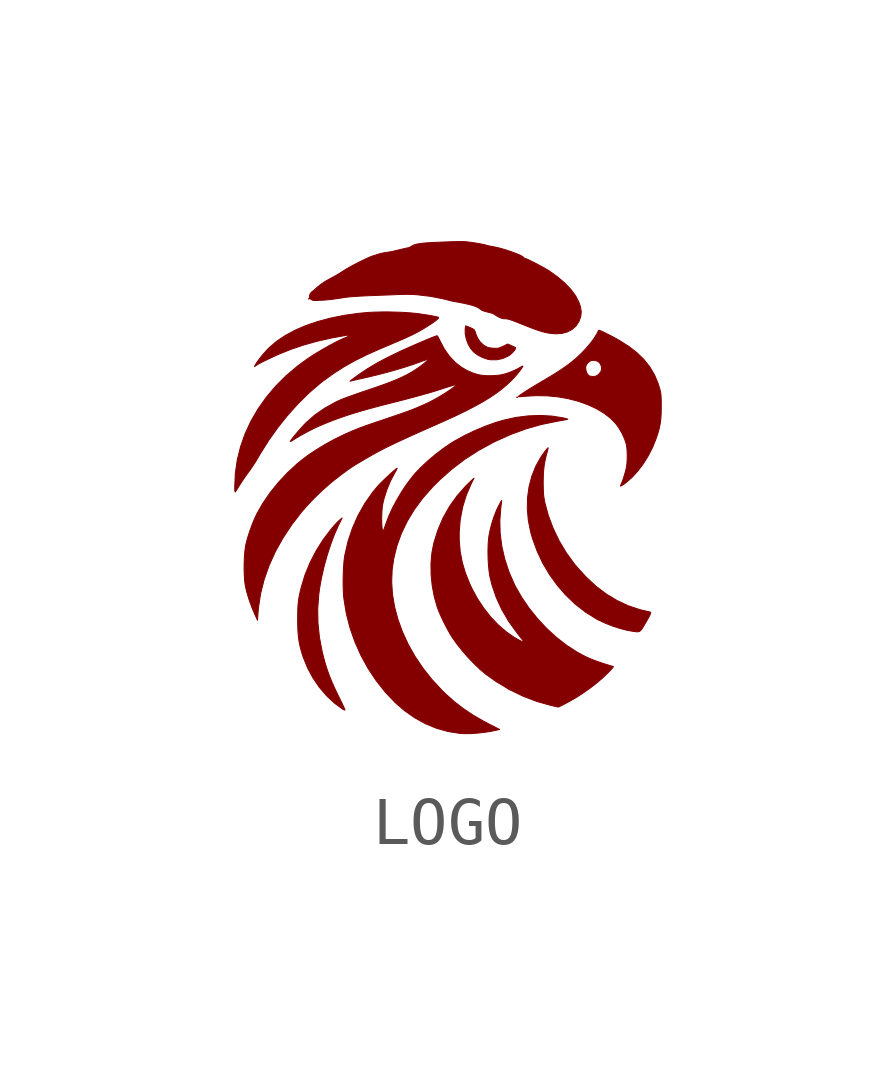
<source format=kicad_sym>
(kicad_symbol_lib
  (version 20220914)
  (generator "bitmap2component")
  (generator_version "9.0")
  (symbol "LOGO"
    (pin_names
      (offset 1.016))
    (property "Reference" "#G"
      (at 0 6.869 0)
      (effects (font (size 1.27 1.27)) hide))
    (symbol "LOGO_0_0"
      (polyline (pts (xy 0.443 -5.154) (xy 0.577 -5.145) (xy 0.716 -5.13) (xy 0.852 -5.11) (xy 0.975 -5.085) (xy 1.05 -5.067) (xy 0.814 -4.947) (xy 0.712 -4.893) (xy 0.493 -4.767) (xy 0.294 -4.633) (xy 0.105 -4.487) (xy -0.08 -4.322) (xy -0.159 -4.244) (xy -0.364 -4.022) (xy -0.549 -3.788) (xy -0.713 -3.544) (xy -0.855 -3.293) (xy -0.973 -3.036) (xy -1.068 -2.775) (xy -1.138 -2.513) (xy -1.182 -2.252) (xy -1.199 -1.994) (xy -1.189 -1.74) (xy -1.156 -1.51) (xy -1.091 -1.244) (xy -0.997 -0.984) (xy -0.875 -0.73) (xy -0.726 -0.483) (xy -0.549 -0.245) (xy -0.346 -0.015) (xy -0.201 0.13) (xy 0.055 0.357) (xy 0.323 0.561) (xy 0.609 0.745) (xy 0.916 0.913) (xy 0.967 0.938) (xy 1.284 1.08) (xy 1.601 1.196) (xy 1.922 1.287) (xy 2.255 1.355) (xy 2.286 1.36) (xy 2.357 1.373) (xy 2.415 1.383) (xy 2.455 1.392) (xy 2.471 1.396) (xy 2.471 1.397) (xy 2.454 1.405) (xy 2.416 1.415) (xy 2.364 1.427) (xy 2.142 1.462) (xy 1.897 1.476) (xy 1.644 1.466) (xy 1.389 1.434) (xy 1.135 1.378) (xy 0.96 1.326) (xy 0.741 1.247) (xy 0.519 1.153) (xy 0.303 1.049) (xy 0.103 0.938) (xy 0.031 0.894) (xy -0.128 0.785) (xy -0.289 0.661) (xy -0.446 0.529) (xy -0.59 0.394) (xy -0.714 0.264) (xy -0.761 0.207) (xy -0.875 0.059) (xy -0.986 -0.106) (xy -1.09 -0.281) (xy -1.184 -0.457) (xy -1.262 -0.628) (xy -1.322 -0.789) (xy -1.339 -0.838) (xy -1.357 -0.889) (xy -1.372 -0.925) (xy -1.379 -0.938) (xy -1.38 -0.938) (xy -1.39 -0.922) (xy -1.397 -0.882) (xy -1.403 -0.825) (xy -1.406 -0.753) (xy -1.407 -0.673) (xy -1.405 -0.591) (xy -1.401 -0.51) (xy -1.395 -0.437) (xy -1.386 -0.376) (xy -1.359 -0.26) (xy -1.3 -0.074) (xy -1.224 0.11) (xy -1.134 0.28) (xy -1.11 0.322) (xy -1.092 0.356) (xy -1.085 0.373) (xy -1.086 0.374) (xy -1.102 0.365) (xy -1.133 0.341) (xy -1.177 0.303) (xy -1.23 0.256) (xy -1.287 0.203) (xy -1.345 0.148) (xy -1.401 0.094) (xy -1.45 0.044) (xy -1.489 0.002) (xy -1.591 -0.12) (xy -1.757 -0.355) (xy -1.899 -0.607) (xy -2.017 -0.873) (xy -2.11 -1.152) (xy -2.177 -1.444) (xy -2.183 -1.482) (xy -2.194 -1.579) (xy -2.202 -1.693) (xy -2.208 -1.82) (xy -2.211 -1.95) (xy -2.21 -2.077) (xy -2.207 -2.194) (xy -2.2 -2.294) (xy -2.193 -2.355) (xy -2.144 -2.654) (xy -2.068 -2.95) (xy -1.966 -3.241) (xy -1.84 -3.524) (xy -1.691 -3.796) (xy -1.521 -4.052) (xy -1.332 -4.291) (xy -1.125 -4.508) (xy -0.934 -4.674) (xy -0.721 -4.824) (xy -0.498 -4.947) (xy -0.266 -5.043) (xy -0.024 -5.111) (xy 0.227 -5.15) (xy 0.321 -5.155) (xy 0.443 -5.154)) (stroke (width 0.01) (type default)) (fill (type outline)))
      (polyline (pts (xy -2.172 -4.661) (xy -2.172 -4.661) (xy -2.178 -4.644) (xy -2.194 -4.606) (xy -2.22 -4.55) (xy -2.254 -4.481) (xy -2.292 -4.403) (xy -2.367 -4.249) (xy -2.437 -4.095) (xy -2.495 -3.952) (xy -2.545 -3.814) (xy -2.589 -3.672) (xy -2.646 -3.453) (xy -2.704 -3.149) (xy -2.735 -2.851) (xy -2.74 -2.554) (xy -2.718 -2.257) (xy -2.701 -2.128) (xy -2.66 -1.901) (xy -2.606 -1.666) (xy -2.541 -1.432) (xy -2.467 -1.205) (xy -2.387 -0.993) (xy -2.302 -0.803) (xy -2.232 -0.66) (xy -2.277 -0.699) (xy -2.304 -0.722) (xy -2.346 -0.764) (xy -2.388 -0.809) (xy -2.454 -0.885) (xy -2.623 -1.106) (xy -2.772 -1.344) (xy -2.901 -1.593) (xy -3.006 -1.85) (xy -3.084 -2.108) (xy -3.086 -2.115) (xy -3.11 -2.216) (xy -3.128 -2.303) (xy -3.141 -2.384) (xy -3.15 -2.465) (xy -3.155 -2.554) (xy -3.157 -2.659) (xy -3.158 -2.785) (xy -3.158 -2.817) (xy -3.155 -2.957) (xy -3.148 -3.077) (xy -3.137 -3.183) (xy -3.12 -3.284) (xy -3.096 -3.385) (xy -3.064 -3.496) (xy -3.039 -3.571) (xy -2.949 -3.79) (xy -2.837 -3.997) (xy -2.705 -4.19) (xy -2.556 -4.365) (xy -2.391 -4.519) (xy -2.213 -4.649) (xy -2.213 -4.649) (xy -2.186 -4.662) (xy -2.172 -4.661)) (stroke (width 0.01) (type default)) (fill (type outline)))
      (polyline (pts (xy 2.278 -4.599) (xy 2.308 -4.585) (xy 2.354 -4.562) (xy 2.411 -4.533) (xy 2.472 -4.5) (xy 2.532 -4.467) (xy 2.586 -4.437) (xy 2.642 -4.404) (xy 2.791 -4.308) (xy 2.938 -4.204) (xy 3.076 -4.097) (xy 3.195 -3.995) (xy 3.247 -3.946) (xy 3.307 -3.888) (xy 3.357 -3.837) (xy 3.395 -3.796) (xy 3.417 -3.768) (xy 3.42 -3.757) (xy 3.357 -3.738) (xy 3.221 -3.696) (xy 3.107 -3.658) (xy 3.009 -3.622) (xy 2.922 -3.587) (xy 2.84 -3.549) (xy 2.76 -3.508) (xy 2.675 -3.461) (xy 2.662 -3.454) (xy 2.444 -3.313) (xy 2.232 -3.147) (xy 2.028 -2.96) (xy 1.837 -2.755) (xy 1.662 -2.537) (xy 1.506 -2.308) (xy 1.373 -2.074) (xy 1.361 -2.05) (xy 1.246 -1.788) (xy 1.158 -1.52) (xy 1.096 -1.249) (xy 1.061 -0.977) (xy 1.055 -0.706) (xy 1.076 -0.44) (xy 1.081 -0.403) (xy 1.087 -0.349) (xy 1.091 -0.312) (xy 1.092 -0.297) (xy 1.09 -0.299) (xy 1.077 -0.32) (xy 1.055 -0.359) (xy 1.028 -0.41) (xy 0.987 -0.495) (xy 0.937 -0.622) (xy 0.891 -0.761) (xy 0.854 -0.901) (xy 0.828 -1.032) (xy 0.822 -1.078) (xy 0.811 -1.204) (xy 0.807 -1.346) (xy 0.809 -1.494) (xy 0.817 -1.64) (xy 0.831 -1.775) (xy 0.849 -1.89) (xy 0.894 -2.069) (xy 0.981 -2.321) (xy 1.095 -2.568) (xy 1.234 -2.807) (xy 1.396 -3.034) (xy 1.435 -3.084) (xy 1.476 -3.137) (xy 1.51 -3.18) (xy 1.53 -3.205) (xy 1.53 -3.206) (xy 1.548 -3.232) (xy 1.551 -3.246) (xy 1.537 -3.243) (xy 1.505 -3.23) (xy 1.46 -3.208) (xy 1.352 -3.147) (xy 1.181 -3.027) (xy 1.015 -2.882) (xy 0.858 -2.716) (xy 0.713 -2.531) (xy 0.582 -2.331) (xy 0.467 -2.118) (xy 0.428 -2.033) (xy 0.337 -1.806) (xy 0.271 -1.583) (xy 0.229 -1.36) (xy 0.209 -1.131) (xy 0.208 -0.959) (xy 0.23 -0.694) (xy 0.279 -0.436) (xy 0.355 -0.187) (xy 0.458 0.051) (xy 0.516 0.169) (xy 0.452 0.11) (xy 0.345 0.006) (xy 0.162 -0.202) (xy 0.003 -0.426) (xy -0.131 -0.665) (xy -0.239 -0.919) (xy -0.322 -1.187) (xy -0.36 -1.381) (xy -0.38 -1.603) (xy -0.378 -1.835) (xy -0.355 -2.07) (xy -0.311 -2.303) (xy -0.247 -2.528) (xy -0.228 -2.579) (xy -0.192 -2.664) (xy -0.148 -2.761) (xy -0.098 -2.862) (xy -0.047 -2.962) (xy 0.003 -3.051) (xy 0.046 -3.124) (xy 0.058 -3.143) (xy 0.157 -3.283) (xy 0.271 -3.427) (xy 0.396 -3.57) (xy 0.525 -3.704) (xy 0.652 -3.825) (xy 0.773 -3.925) (xy 0.985 -4.075) (xy 1.255 -4.237) (xy 1.535 -4.373) (xy 1.822 -4.483) (xy 2.113 -4.565) (xy 2.162 -4.576) (xy 2.216 -4.589) (xy 2.254 -4.598) (xy 2.27 -4.601) (xy 2.278 -4.599)) (stroke (width 0.01) (type default)) (fill (type outline)))
      (polyline (pts (xy 3.955 -3.029) (xy 3.981 -3.014) (xy 4.007 -2.985) (xy 4.037 -2.938) (xy 4.078 -2.869) (xy 4.082 -2.862) (xy 4.12 -2.797) (xy 4.153 -2.738) (xy 4.178 -2.692) (xy 4.191 -2.664) (xy 4.197 -2.643) (xy 4.195 -2.625) (xy 4.173 -2.618) (xy 3.968 -2.57) (xy 3.726 -2.488) (xy 3.496 -2.381) (xy 3.276 -2.248) (xy 3.064 -2.088) (xy 2.861 -1.901) (xy 2.664 -1.686) (xy 2.612 -1.624) (xy 2.44 -1.387) (xy 2.29 -1.136) (xy 2.164 -0.873) (xy 2.063 -0.603) (xy 1.99 -0.33) (xy 1.99 -0.328) (xy 1.978 -0.262) (xy 1.968 -0.196) (xy 1.963 -0.123) (xy 1.96 -0.036) (xy 1.958 0.073) (xy 1.958 0.091) (xy 1.961 0.23) (xy 1.969 0.351) (xy 1.983 0.463) (xy 2.005 0.575) (xy 2.036 0.696) (xy 2.038 0.702) (xy 2.051 0.752) (xy 2.059 0.787) (xy 2.061 0.802) (xy 2.06 0.802) (xy 2.048 0.791) (xy 2.023 0.762) (xy 1.991 0.722) (xy 1.906 0.601) (xy 1.8 0.41) (xy 1.72 0.206) (xy 1.663 -0.01) (xy 1.632 -0.235) (xy 1.627 -0.467) (xy 1.647 -0.703) (xy 1.694 -0.942) (xy 1.735 -1.087) (xy 1.83 -1.349) (xy 1.948 -1.601) (xy 2.089 -1.839) (xy 2.251 -2.063) (xy 2.43 -2.27) (xy 2.627 -2.457) (xy 2.838 -2.622) (xy 3.063 -2.762) (xy 3.115 -2.79) (xy 3.256 -2.855) (xy 3.406 -2.914) (xy 3.558 -2.963) (xy 3.703 -3.001) (xy 3.833 -3.024) (xy 3.878 -3.03) (xy 3.922 -3.033) (xy 3.955 -3.029)) (stroke (width 0.01) (type default)) (fill (type outline)))
      (polyline (pts (xy -3.984 -2.638) (xy -3.974 -2.525) (xy -3.929 -2.232) (xy -3.855 -1.94) (xy -3.753 -1.651) (xy -3.623 -1.363) (xy -3.465 -1.08) (xy -3.28 -0.8) (xy -3.068 -0.526) (xy -2.972 -0.416) (xy -2.809 -0.244) (xy -2.634 -0.076) (xy -2.455 0.081) (xy -2.279 0.219) (xy -2.231 0.255) (xy -2.169 0.301) (xy -2.117 0.34) (xy -2.063 0.377) (xy -1.987 0.427) (xy -1.894 0.484) (xy -1.79 0.546) (xy -1.681 0.609) (xy -1.571 0.672) (xy -1.465 0.729) (xy -1.369 0.78) (xy -1.283 0.823) (xy -1.185 0.87) (xy -1.074 0.923) (xy -0.948 0.981) (xy -0.804 1.047) (xy -0.64 1.121) (xy -0.453 1.204) (xy -0.242 1.297) (xy -0.099 1.361) (xy 0.131 1.466) (xy 0.338 1.566) (xy 0.521 1.661) (xy 0.686 1.751) (xy 0.832 1.84) (xy 0.964 1.927) (xy 1.083 2.016) (xy 1.191 2.106) (xy 1.291 2.199) (xy 1.312 2.22) (xy 1.359 2.27) (xy 1.406 2.325) (xy 1.45 2.378) (xy 1.488 2.428) (xy 1.517 2.469) (xy 1.533 2.496) (xy 1.533 2.506) (xy 1.518 2.499) (xy 1.485 2.481) (xy 1.441 2.456) (xy 1.422 2.445) (xy 1.361 2.416) (xy 1.288 2.385) (xy 1.216 2.358) (xy 1.181 2.347) (xy 1.116 2.329) (xy 1.055 2.317) (xy 0.986 2.309) (xy 0.899 2.304) (xy 0.809 2.303) (xy 0.695 2.309) (xy 0.591 2.328) (xy 0.487 2.362) (xy 0.372 2.412) (xy 0.255 2.479) (xy 0.123 2.583) (xy 0.004 2.709) (xy -0.1 2.856) (xy -0.187 3.02) (xy -0.198 3.043) (xy -0.222 3.091) (xy -0.241 3.124) (xy -0.253 3.137) (xy -0.272 3.131) (xy -0.315 3.116) (xy -0.376 3.092) (xy -0.453 3.06) (xy -0.541 3.023) (xy -0.636 2.982) (xy -0.735 2.94) (xy -0.834 2.896) (xy -0.928 2.854) (xy -1.014 2.815) (xy -1.087 2.78) (xy -1.155 2.747) (xy -1.315 2.668) (xy -1.455 2.594) (xy -1.581 2.522) (xy -1.7 2.45) (xy -1.817 2.373) (xy -1.867 2.339) (xy -1.928 2.295) (xy -1.982 2.256) (xy -2.025 2.223) (xy -2.055 2.2) (xy -2.066 2.188) (xy -2.057 2.19) (xy -2.046 2.193) (xy -2.01 2.203) (xy -1.953 2.216) (xy -1.882 2.232) (xy -1.801 2.25) (xy -1.723 2.267) (xy -1.523 2.315) (xy -1.32 2.367) (xy -1.122 2.422) (xy -0.933 2.479) (xy -0.761 2.535) (xy -0.612 2.588) (xy -0.606 2.591) (xy -0.528 2.619) (xy -0.476 2.635) (xy -0.449 2.639) (xy -0.447 2.628) (xy -0.47 2.604) (xy -0.518 2.564) (xy -0.59 2.509) (xy -0.631 2.479) (xy -0.713 2.423) (xy -0.797 2.37) (xy -0.887 2.321) (xy -0.986 2.272) (xy -1.097 2.223) (xy -1.223 2.172) (xy -1.368 2.118) (xy -1.535 2.059) (xy -1.727 1.994) (xy -1.834 1.958) (xy -1.942 1.92) (xy -2.044 1.884) (xy -2.133 1.852) (xy -2.205 1.825) (xy -2.255 1.805) (xy -2.369 1.752) (xy -2.598 1.625) (xy -2.805 1.481) (xy -2.989 1.318) (xy -3.005 1.301) (xy -3.058 1.245) (xy -3.114 1.183) (xy -3.17 1.118) (xy -3.222 1.057) (xy -3.265 1.003) (xy -3.296 0.961) (xy -3.311 0.935) (xy -3.307 0.932) (xy -3.286 0.942) (xy -3.252 0.963) (xy -3.252 0.963) (xy -3.192 1.001) (xy -3.115 1.047) (xy -3.026 1.097) (xy -2.934 1.146) (xy -2.848 1.19) (xy -2.774 1.226) (xy -2.722 1.25) (xy -2.569 1.315) (xy -2.411 1.377) (xy -2.243 1.438) (xy -2.063 1.498) (xy -1.867 1.558) (xy -1.651 1.619) (xy -1.414 1.683) (xy -1.151 1.75) (xy -1.093 1.764) (xy -0.986 1.792) (xy -0.877 1.82) (xy -0.777 1.847) (xy -0.696 1.869) (xy -0.691 1.87) (xy -0.612 1.892) (xy -0.536 1.913) (xy -0.47 1.931) (xy -0.425 1.944) (xy -0.401 1.951) (xy -0.345 1.968) (xy -0.272 1.99) (xy -0.189 2.017) (xy -0.103 2.045) (xy -0.037 2.066) (xy 0.033 2.088) (xy 0.09 2.105) (xy 0.129 2.115) (xy 0.144 2.118) (xy 0.145 2.112) (xy 0.128 2.092) (xy 0.091 2.061) (xy 0.038 2.022) (xy -0.028 1.977) (xy -0.102 1.929) (xy -0.183 1.88) (xy -0.264 1.833) (xy -0.344 1.789) (xy -0.418 1.751) (xy -0.468 1.727) (xy -0.549 1.69) (xy -0.627 1.656) (xy -0.707 1.622) (xy -0.793 1.588) (xy -0.891 1.552) (xy -1.003 1.512) (xy -1.135 1.467) (xy -1.29 1.414) (xy -1.313 1.406) (xy -1.444 1.362) (xy -1.551 1.326) (xy -1.639 1.296) (xy -1.712 1.271) (xy -1.772 1.249) (xy -1.823 1.23) (xy -1.87 1.213) (xy -1.916 1.194) (xy -1.965 1.175) (xy -2.021 1.152) (xy -2.198 1.074) (xy -2.391 0.979) (xy -2.582 0.874) (xy -2.764 0.764) (xy -2.932 0.653) (xy -3.078 0.543) (xy -3.168 0.469) (xy -3.373 0.279) (xy -3.563 0.075) (xy -3.735 -0.138) (xy -3.885 -0.357) (xy -4.009 -0.576) (xy -4.055 -0.674) (xy -4.111 -0.809) (xy -4.162 -0.952) (xy -4.206 -1.092) (xy -4.238 -1.218) (xy -4.244 -1.248) (xy -4.258 -1.353) (xy -4.268 -1.476) (xy -4.273 -1.609) (xy -4.274 -1.745) (xy -4.269 -1.875) (xy -4.26 -1.992) (xy -4.246 -2.088) (xy -4.216 -2.213) (xy -4.17 -2.365) (xy -4.115 -2.517) (xy -4.056 -2.658) (xy -3.994 -2.792) (xy -3.984 -2.638)) (stroke (width 0.01) (type default)) (fill (type outline)))
      (polyline (pts (xy -4.455 -0.117) (xy -4.447 -0.105) (xy -4.426 -0.071) (xy -4.395 -0.022) (xy -4.36 0.035) (xy -4.334 0.075) (xy -4.283 0.152) (xy -4.227 0.233) (xy -4.174 0.305) (xy -4.144 0.346) (xy -4.087 0.431) (xy -4.029 0.52) (xy -3.981 0.601) (xy -3.935 0.68) (xy -3.76 0.958) (xy -3.568 1.227) (xy -3.362 1.484) (xy -3.146 1.724) (xy -2.923 1.944) (xy -2.697 2.138) (xy -2.618 2.2) (xy -2.41 2.35) (xy -2.193 2.489) (xy -1.961 2.619) (xy -1.711 2.743) (xy -1.436 2.865) (xy -1.279 2.931) (xy -1.142 2.99) (xy -1.026 3.039) (xy -0.928 3.082) (xy -0.846 3.12) (xy -0.774 3.153) (xy -0.713 3.184) (xy -0.656 3.213) (xy -0.603 3.243) (xy -0.549 3.275) (xy -0.492 3.309) (xy -0.458 3.331) (xy -0.365 3.39) (xy -0.295 3.44) (xy -0.247 3.478) (xy -0.222 3.505) (xy -0.223 3.519) (xy -0.224 3.52) (xy -0.254 3.529) (xy -0.308 3.541) (xy -0.381 3.555) (xy -0.469 3.57) (xy -0.565 3.584) (xy -0.667 3.599) (xy -0.679 3.6) (xy -0.8 3.612) (xy -0.942 3.622) (xy -1.097 3.628) (xy -1.256 3.632) (xy -1.412 3.632) (xy -1.558 3.628) (xy -1.686 3.622) (xy -1.889 3.603) (xy -2.188 3.561) (xy -2.472 3.504) (xy -2.738 3.433) (xy -2.986 3.349) (xy -3.213 3.251) (xy -3.417 3.141) (xy -3.598 3.019) (xy -3.753 2.886) (xy -3.778 2.861) (xy -3.841 2.792) (xy -3.905 2.718) (xy -3.963 2.643) (xy -4.012 2.575) (xy -4.045 2.521) (xy -4.056 2.498) (xy -4.055 2.493) (xy -4.036 2.508) (xy -4.034 2.51) (xy -4.007 2.527) (xy -3.961 2.554) (xy -3.901 2.586) (xy -3.833 2.62) (xy -3.817 2.628) (xy -3.559 2.748) (xy -3.3 2.852) (xy -3.034 2.942) (xy -2.757 3.02) (xy -2.462 3.087) (xy -2.144 3.145) (xy -2.111 3.146) (xy -2.097 3.137) (xy -2.107 3.122) (xy -2.142 3.104) (xy -2.2 3.081) (xy -2.288 3.041) (xy -2.392 2.989) (xy -2.505 2.928) (xy -2.622 2.862) (xy -2.74 2.792) (xy -2.852 2.723) (xy -2.953 2.656) (xy -3.156 2.508) (xy -3.397 2.304) (xy -3.616 2.086) (xy -3.811 1.855) (xy -3.983 1.612) (xy -4.13 1.359) (xy -4.252 1.097) (xy -4.347 0.827) (xy -4.416 0.551) (xy -4.457 0.27) (xy -4.469 -0.015) (xy -4.469 -0.035) (xy -4.467 -0.09) (xy -4.462 -0.117) (xy -4.455 -0.117)) (stroke (width 0.01) (type default)) (fill (type outline)))
      (polyline (pts (xy 3.589 0.009) (xy 3.625 0.033) (xy 3.682 0.074) (xy 3.685 0.076) (xy 3.809 0.185) (xy 3.931 0.318) (xy 4.045 0.47) (xy 4.148 0.635) (xy 4.238 0.81) (xy 4.309 0.988) (xy 4.347 1.101) (xy 4.376 1.206) (xy 4.396 1.304) (xy 4.409 1.405) (xy 4.416 1.517) (xy 4.418 1.649) (xy 4.418 1.665) (xy 4.418 1.761) (xy 4.416 1.835) (xy 4.413 1.893) (xy 4.407 1.942) (xy 4.398 1.988) (xy 4.385 2.037) (xy 4.352 2.143) (xy 4.278 2.32) (xy 4.181 2.484) (xy 4.061 2.636) (xy 3.916 2.778) (xy 3.745 2.911) (xy 3.547 3.037) (xy 3.499 3.064) (xy 3.429 3.103) (xy 3.355 3.142) (xy 3.284 3.178) (xy 3.22 3.21) (xy 3.167 3.234) (xy 3.131 3.249) (xy 3.116 3.252) (xy 3.112 3.246) (xy 3.098 3.22) (xy 3.078 3.18) (xy 3.066 3.159) (xy 3.008 3.066) (xy 2.93 2.965) (xy 2.839 2.859) (xy 2.738 2.755) (xy 2.633 2.657) (xy 2.528 2.571) (xy 2.5 2.55) (xy 2.436 2.502) (xy 2.38 2.463) (xy 2.843 2.463) (xy 2.846 2.499) (xy 2.86 2.535) (xy 2.893 2.574) (xy 2.927 2.604) (xy 2.962 2.62) (xy 3.009 2.624) (xy 3.013 2.623) (xy 3.082 2.61) (xy 3.133 2.573) (xy 3.166 2.513) (xy 3.176 2.448) (xy 3.159 2.386) (xy 3.113 2.331) (xy 3.092 2.314) (xy 3.05 2.292) (xy 3 2.287) (xy 2.988 2.287) (xy 2.944 2.293) (xy 2.913 2.302) (xy 2.908 2.306) (xy 2.875 2.344) (xy 2.852 2.399) (xy 2.843 2.463) (xy 2.38 2.463) (xy 2.374 2.459) (xy 2.311 2.416) (xy 2.24 2.371) (xy 2.159 2.32) (xy 2.061 2.261) (xy 1.942 2.191) (xy 1.898 2.165) (xy 1.788 2.099) (xy 1.688 2.038) (xy 1.602 1.984) (xy 1.532 1.938) (xy 1.48 1.902) (xy 1.449 1.878) (xy 1.441 1.866) (xy 1.441 1.866) (xy 1.46 1.866) (xy 1.501 1.867) (xy 1.559 1.872) (xy 1.628 1.878) (xy 1.817 1.888) (xy 2.041 1.884) (xy 2.263 1.863) (xy 2.478 1.825) (xy 2.684 1.771) (xy 2.878 1.703) (xy 3.057 1.622) (xy 3.217 1.527) (xy 3.356 1.421) (xy 3.47 1.305) (xy 3.472 1.302) (xy 3.539 1.209) (xy 3.601 1.101) (xy 3.652 0.99) (xy 3.686 0.887) (xy 3.695 0.847) (xy 3.705 0.759) (xy 3.709 0.659) (xy 3.708 0.554) (xy 3.701 0.456) (xy 3.688 0.374) (xy 3.685 0.361) (xy 3.667 0.29) (xy 3.644 0.212) (xy 3.62 0.138) (xy 3.596 0.075) (xy 3.577 0.031) (xy 3.569 0.013) (xy 3.571 0.003) (xy 3.589 0.009)) (stroke (width 0.01) (type default)) (fill (type outline)))
      (polyline (pts (xy 1.422 1.854) (xy 1.414 1.861) (xy 1.407 1.854) (xy 1.414 1.847) (xy 1.422 1.854)) (stroke (width 0.01) (type default)) (fill (type outline)))
      (polyline (pts (xy 1.111 2.66) (xy 1.228 2.712) (xy 1.254 2.729) (xy 1.296 2.764) (xy 1.335 2.802) (xy 1.365 2.839) (xy 1.383 2.869) (xy 1.382 2.887) (xy 1.371 2.894) (xy 1.339 2.91) (xy 1.295 2.93) (xy 1.22 2.964) (xy 1.123 2.917) (xy 1.113 2.912) (xy 1.062 2.889) (xy 1.021 2.877) (xy 0.978 2.873) (xy 0.918 2.876) (xy 0.9 2.877) (xy 0.837 2.885) (xy 0.787 2.9) (xy 0.738 2.926) (xy 0.712 2.944) (xy 0.645 3.008) (xy 0.59 3.088) (xy 0.556 3.171) (xy 0.55 3.193) (xy 0.535 3.236) (xy 0.516 3.264) (xy 0.484 3.284) (xy 0.433 3.307) (xy 0.391 3.324) (xy 0.358 3.337) (xy 0.344 3.342) (xy 0.343 3.34) (xy 0.338 3.318) (xy 0.333 3.281) (xy 0.332 3.275) (xy 0.333 3.177) (xy 0.354 3.071) (xy 0.392 2.968) (xy 0.444 2.874) (xy 0.507 2.8) (xy 0.588 2.738) (xy 0.695 2.681) (xy 0.806 2.644) (xy 0.862 2.635) (xy 0.987 2.635) (xy 1.111 2.66)) (stroke (width 0.01) (type default)) (fill (type outline)))
      (polyline (pts (xy 2.346 3.184) (xy 2.462 3.215) (xy 2.561 3.268) (xy 2.643 3.341) (xy 2.704 3.435) (xy 2.708 3.444) (xy 2.742 3.541) (xy 2.751 3.635) (xy 2.735 3.736) (xy 2.706 3.826) (xy 2.637 3.962) (xy 2.539 4.097) (xy 2.412 4.231) (xy 2.257 4.363) (xy 2.074 4.493) (xy 2.039 4.514) (xy 1.981 4.548) (xy 1.913 4.585) (xy 1.84 4.624) (xy 1.767 4.662) (xy 1.698 4.696) (xy 1.641 4.724) (xy 1.598 4.742) (xy 1.576 4.749) (xy 1.565 4.75) (xy 1.554 4.761) (xy 1.552 4.766) (xy 1.531 4.784) (xy 1.488 4.809) (xy 1.426 4.836) (xy 1.35 4.866) (xy 1.266 4.896) (xy 1.177 4.926) (xy 1.087 4.952) (xy 1.002 4.974) (xy 0.925 4.99) (xy 0.902 4.994) (xy 0.84 5.006) (xy 0.787 5.018) (xy 0.753 5.028) (xy 0.729 5.035) (xy 0.676 5.046) (xy 0.605 5.059) (xy 0.521 5.072) (xy 0.431 5.085) (xy 0.339 5.096) (xy 0.336 5.096) (xy 0.297 5.098) (xy 0.234 5.098) (xy 0.152 5.097) (xy 0.055 5.095) (xy -0.053 5.091) (xy -0.166 5.087) (xy -0.207 5.085) (xy -0.346 5.079) (xy -0.46 5.072) (xy -0.551 5.064) (xy -0.624 5.055) (xy -0.681 5.044) (xy -0.727 5.031) (xy -0.763 5.015) (xy -0.793 4.997) (xy -0.794 4.996) (xy -0.827 4.977) (xy -0.852 4.969) (xy -0.867 4.967) (xy -0.906 4.959) (xy -0.961 4.946) (xy -1.026 4.931) (xy -1.061 4.922) (xy -1.125 4.907) (xy -1.171 4.896) (xy -1.205 4.888) (xy -1.234 4.883) (xy -1.265 4.879) (xy -1.304 4.874) (xy -1.427 4.851) (xy -1.611 4.793) (xy -1.655 4.775) (xy -1.743 4.736) (xy -1.841 4.688) (xy -1.943 4.636) (xy -2.04 4.585) (xy -2.126 4.537) (xy -2.191 4.497) (xy -2.215 4.481) (xy -2.26 4.452) (xy -2.301 4.427) (xy -2.345 4.401) (xy -2.397 4.372) (xy -2.463 4.335) (xy -2.549 4.289) (xy -2.611 4.251) (xy -2.681 4.202) (xy -2.74 4.155) (xy -2.746 4.149) (xy -2.791 4.11) (xy -2.829 4.078) (xy -2.854 4.058) (xy -2.866 4.048) (xy -2.893 4.016) (xy -2.909 3.982) (xy -2.909 3.956) (xy -2.907 3.943) (xy -2.919 3.917) (xy -2.923 3.913) (xy -2.931 3.9) (xy -2.92 3.905) (xy -2.901 3.907) (xy -2.872 3.891) (xy -2.87 3.889) (xy -2.854 3.879) (xy -2.833 3.872) (xy -2.799 3.87) (xy -2.748 3.871) (xy -2.673 3.875) (xy -2.613 3.878) (xy -2.554 3.883) (xy -2.497 3.888) (xy -2.435 3.896) (xy -2.363 3.906) (xy -2.274 3.919) (xy -2.162 3.936) (xy -2.126 3.941) (xy -2.056 3.948) (xy -1.967 3.954) (xy -1.864 3.961) (xy -1.754 3.967) (xy -1.642 3.972) (xy -1.573 3.974) (xy -1.45 3.979) (xy -1.326 3.984) (xy -1.209 3.988) (xy -1.106 3.993) (xy -1.025 3.996) (xy -0.903 3.999) (xy -0.766 3.997) (xy -0.651 3.988) (xy -0.617 3.984) (xy -0.546 3.975) (xy -0.484 3.968) (xy -0.44 3.963) (xy -0.422 3.961) (xy -0.379 3.955) (xy -0.352 3.95) (xy -0.322 3.943) (xy -0.282 3.936) (xy -0.252 3.93) (xy -0.191 3.918) (xy -0.13 3.905) (xy -0.074 3.893) (xy -0.033 3.882) (xy -0.013 3.876) (xy 0.003 3.871) (xy 0.042 3.862) (xy 0.098 3.851) (xy 0.165 3.839) (xy 0.305 3.812) (xy 0.428 3.784) (xy 0.526 3.755) (xy 0.597 3.725) (xy 0.64 3.696) (xy 0.674 3.671) (xy 0.725 3.649) (xy 0.799 3.629) (xy 0.814 3.626) (xy 0.87 3.611) (xy 0.914 3.596) (xy 0.938 3.584) (xy 0.951 3.574) (xy 1.001 3.542) (xy 1.056 3.514) (xy 1.105 3.496) (xy 1.14 3.49) (xy 1.148 3.49) (xy 1.181 3.49) (xy 1.219 3.484) (xy 1.267 3.471) (xy 1.329 3.45) (xy 1.409 3.419) (xy 1.511 3.378) (xy 1.52 3.374) (xy 1.654 3.321) (xy 1.766 3.278) (xy 1.86 3.245) (xy 1.943 3.22) (xy 2.017 3.201) (xy 2.088 3.188) (xy 2.216 3.176) (xy 2.346 3.184)) (stroke (width 0.01) (type default)) (fill (type outline))))))
</source>
